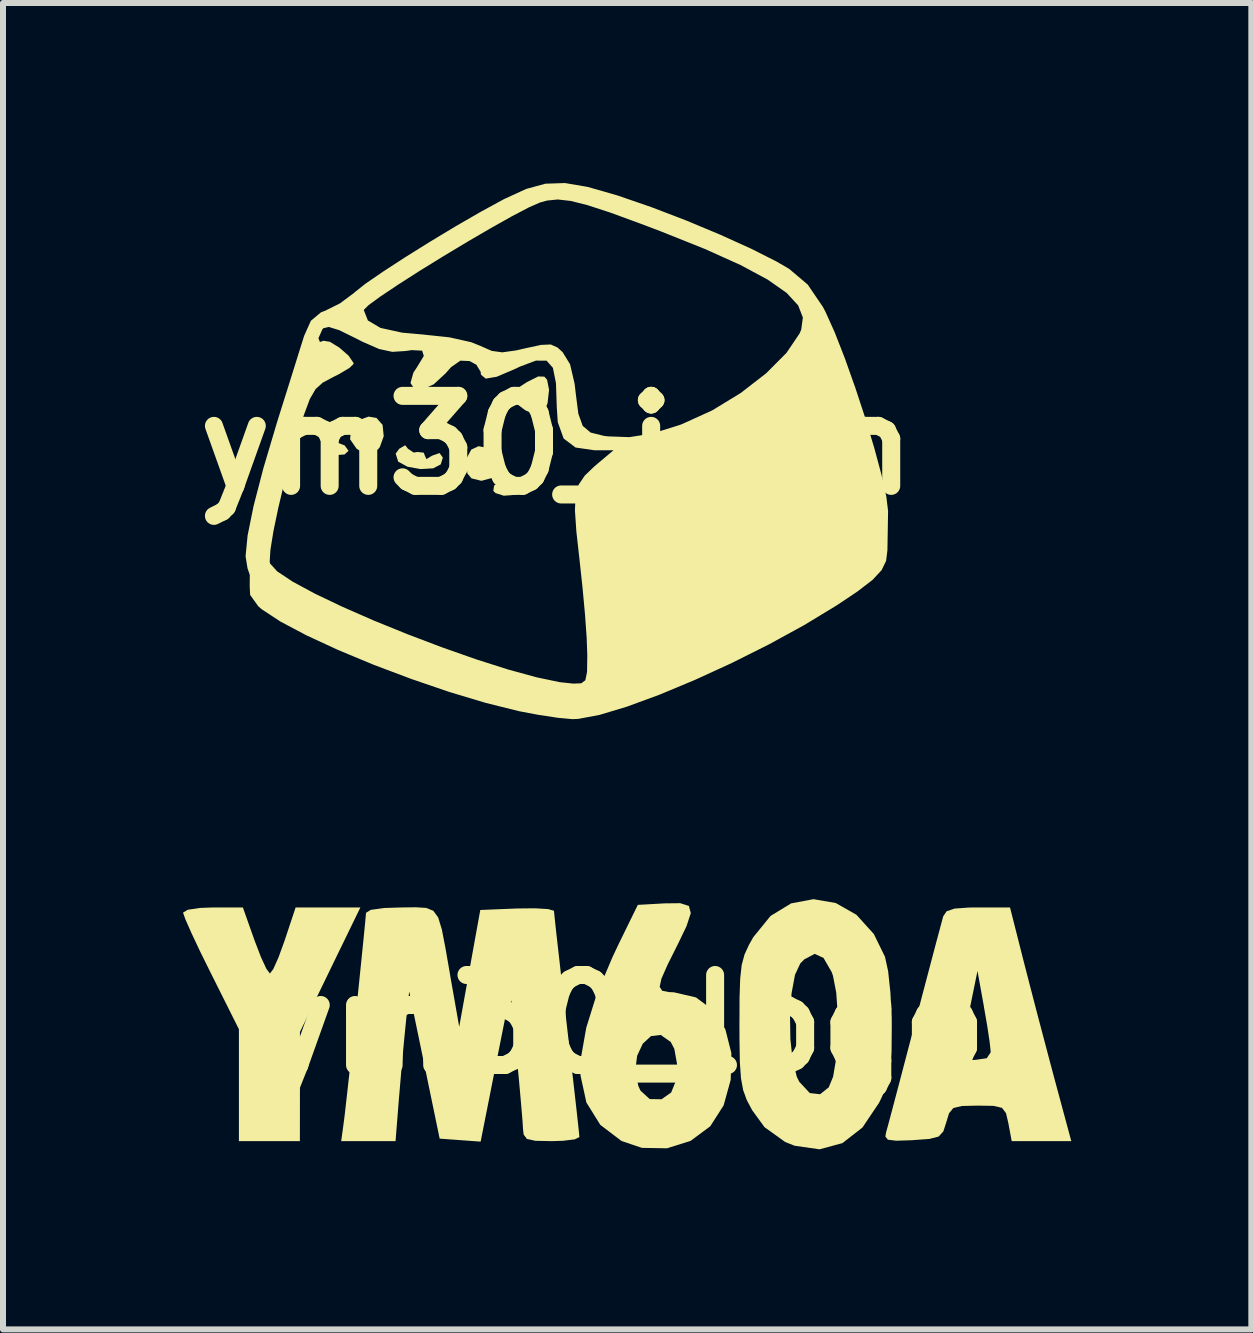
<source format=kicad_pcb>
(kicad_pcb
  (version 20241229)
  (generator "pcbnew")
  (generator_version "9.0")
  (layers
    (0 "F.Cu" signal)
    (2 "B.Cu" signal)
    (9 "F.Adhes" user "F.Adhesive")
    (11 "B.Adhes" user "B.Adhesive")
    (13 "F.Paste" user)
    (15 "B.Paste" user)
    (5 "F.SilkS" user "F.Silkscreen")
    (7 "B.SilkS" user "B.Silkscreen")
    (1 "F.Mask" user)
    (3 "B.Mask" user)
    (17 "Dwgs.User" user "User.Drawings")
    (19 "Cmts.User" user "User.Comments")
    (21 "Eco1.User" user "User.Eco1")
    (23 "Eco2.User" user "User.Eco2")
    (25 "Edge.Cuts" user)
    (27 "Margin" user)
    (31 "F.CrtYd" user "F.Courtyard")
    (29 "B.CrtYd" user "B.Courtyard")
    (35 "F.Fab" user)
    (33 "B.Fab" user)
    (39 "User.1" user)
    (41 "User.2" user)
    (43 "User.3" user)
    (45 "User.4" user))
  (footprint "ym30_icon"
    (layer "F.Cu")
    (at 6.229 4.368)
    (property "Reference" "ym30_icon" (at 0 0 0) (layer "F.SilkS") (effects (font (size 1.5 1.5) (thickness 0.3))))
    (attr board_only exclude_from_pos_files exclude_from_bom)
    (fp_poly (pts (xy -3.536 0.004) (xy -3.471 0.094) (xy -3.538 0.155) (xy -3.68 0.165) (xy -3.815 0.124) (xy -3.849 0.091) (xy -3.84 -0.019) (xy -3.819 -0.037) (xy -3.682 -0.052)) (stroke (width 0) (type solid)) (fill yes) (layer "F.SilkS"))
    (fp_poly (pts (xy -1.1 0.058) (xy -0.976 0.212) (xy -0.972 0.419) (xy -1.082 0.547) (xy -1.257 0.594) (xy -1.423 0.553) (xy -1.491 0.471) (xy -1.517 0.244) (xy -1.427 0.074) (xy -1.304 0.017)) (stroke (width 0) (type solid)) (fill yes) (layer "F.SilkS"))
    (fp_poly (pts (xy -0.795 0.618) (xy -0.766 0.632) (xy -0.682 0.74) (xy -0.677 0.767) (xy -0.743 0.832) (xy -0.886 0.842) (xy -1.022 0.798) (xy -1.059 0.761) (xy -1.045 0.671) (xy -0.933 0.613)) (stroke (width 0) (type solid)) (fill yes) (layer "F.SilkS"))
    (fp_poly (pts (xy -3.006 -0.454) (xy -2.904 -0.338) (xy -2.885 -0.149) (xy -2.951 0.034) (xy -2.98 0.068) (xy -3.1 0.157) (xy -3.221 0.135) (xy -3.339 0.057) (xy -3.446 -0.099) (xy -3.427 -0.272) (xy -3.314 -0.413) (xy -3.137 -0.476)) (stroke (width 0) (type solid)) (fill yes) (layer "F.SilkS"))
    (fp_poly (pts (xy -0.209 -1.142) (xy -0.163 -1.091) (xy -0.13 -0.923) (xy -0.155 -0.7) (xy -0.225 -0.522) (xy -0.244 -0.499) (xy -0.345 -0.502) (xy -0.518 -0.578) (xy -0.529 -0.584) (xy -0.713 -0.722) (xy -0.739 -0.847) (xy -0.604 -0.983) (xy -0.498 -1.051) (xy -0.312 -1.145)) (stroke (width 0) (type solid)) (fill yes) (layer "F.SilkS"))
    (fp_poly (pts (xy -2.482 0.059) (xy -2.385 0.123) (xy -2.323 0.113) (xy -2.218 0.125) (xy -2.201 0.171) (xy -2.173 0.232) (xy -2.082 0.176) (xy -1.955 0.131) (xy -1.9 0.207) (xy -1.935 0.32) (xy -2.061 0.386) (xy -2.271 0.398) (xy -2.489 0.359) (xy -2.641 0.276) (xy -2.645 0.272) (xy -2.686 0.141) (xy -2.627 0.06) (xy -2.527 0.001)) (stroke (width 0) (type solid)) (fill yes) (layer "F.SilkS"))
    (fp_poly (pts (xy 0.516 -4.303) (xy 1 -4.164) (xy 1.031 -4.154) (xy 1.576 -3.966) (xy 2.153 -3.745) (xy 2.72 -3.508) (xy 3.237 -3.274) (xy 3.661 -3.06) (xy 3.872 -2.937) (xy 4.18 -2.676) (xy 4.433 -2.304) (xy 4.476 -2.222) (xy 4.63 -1.88) (xy 4.799 -1.447) (xy 4.973 -0.957) (xy 5.141 -0.446) (xy 5.29 0.05) (xy 5.41 0.496) (xy 5.49 0.857) (xy 5.519 1.097) (xy 5.519 1.101) (xy 5.514 1.408) (xy 5.509 1.694) (xy 5.508 1.751) (xy 5.486 1.928) (xy 5.411 2.083) (xy 5.26 2.245) (xy 5.009 2.438) (xy 4.657 2.673) (xy 4.123 2.997) (xy 3.535 3.319) (xy 2.918 3.628) (xy 2.299 3.912) (xy 1.707 4.159) (xy 1.168 4.357) (xy 0.709 4.495) (xy 0.357 4.561) (xy 0.26 4.565) (xy 0.019 4.543) (xy -0.311 4.493) (xy -0.628 4.433) (xy -1.183 4.295) (xy -1.793 4.112) (xy -2.427 3.895) (xy -3.056 3.658) (xy -3.649 3.411) (xy -4.176 3.167) (xy -4.608 2.938) (xy -4.915 2.736) (xy -4.975 2.685) (xy -5.111 2.495) (xy -5.118 2.358) (xy -5.117 2.161) (xy -5.155 2.05) (xy -5.173 1.938) (xy -4.785 1.938) (xy -4.779 1.972) (xy -4.66 2.103) (xy -4.403 2.274) (xy -4.034 2.473) (xy -3.576 2.692) (xy -3.053 2.921) (xy -2.492 3.149) (xy -1.915 3.368) (xy -1.349 3.567) (xy -0.816 3.737) (xy -0.342 3.867) (xy 0.048 3.949) (xy 0.275 3.973) (xy 0.406 3.968) (xy 0.475 3.917) (xy 0.503 3.779) (xy 0.507 3.514) (xy 0.507 3.493) (xy 0.497 3.214) (xy 0.469 2.822) (xy 0.427 2.367) (xy 0.379 1.923) (xy 0.325 1.438) (xy 0.301 1.087) (xy 0.312 0.837) (xy 0.365 0.655) (xy 0.466 0.506) (xy 0.621 0.357) (xy 0.682 0.305) (xy 0.944 0.085) (xy 0.627 0.085) (xy 0.311 0.039) (xy 0.113 -0.111) (xy 0.015 -0.384) (xy -0.001 -0.627) (xy -0.015 -1.034) (xy -0.066 -1.289) (xy -0.171 -1.408) (xy -0.349 -1.409) (xy -0.618 -1.308) (xy -0.697 -1.27) (xy -1.002 -1.14) (xy -1.186 -1.109) (xy -1.265 -1.175) (xy -1.27 -1.222) (xy -1.341 -1.34) (xy -1.454 -1.402) (xy -1.608 -1.408) (xy -1.762 -1.301) (xy -1.856 -1.195) (xy -2.053 -1.013) (xy -2.238 -0.931) (xy -2.377 -0.941) (xy -2.439 -1.036) (xy -2.391 -1.208) (xy -2.326 -1.307) (xy -2.217 -1.487) (xy -2.245 -1.575) (xy -2.417 -1.584) (xy -2.523 -1.569) (xy -2.742 -1.555) (xy -2.961 -1.602) (xy -3.242 -1.725) (xy -3.341 -1.776) (xy -3.626 -1.916) (xy -3.8 -1.97) (xy -3.892 -1.948) (xy -3.908 -1.929) (xy -3.973 -1.782) (xy -3.948 -1.719) (xy -3.888 -1.74) (xy -3.781 -1.722) (xy -3.622 -1.624) (xy -3.471 -1.492) (xy -3.389 -1.372) (xy -3.387 -1.354) (xy -3.456 -1.287) (xy -3.631 -1.183) (xy -3.727 -1.135) (xy -3.9 -1.043) (xy -4.02 -0.935) (xy -4.116 -0.77) (xy -4.214 -0.506) (xy -4.28 -0.305) (xy -4.412 0.138) (xy -4.535 0.597) (xy -4.641 1.041) (xy -4.723 1.434) (xy -4.773 1.745) (xy -4.785 1.938) (xy -5.173 1.938) (xy -5.187 1.851) (xy -5.153 1.504) (xy -5.054 1.015) (xy -4.892 0.39) (xy -4.668 -0.364) (xy -4.65 -0.423) (xy -4.514 -0.855) (xy -4.387 -1.26) (xy -4.283 -1.594) (xy -4.214 -1.813) (xy -4.212 -1.82) (xy -4.098 -2.074) (xy -3.931 -2.213) (xy -3.852 -2.244) (xy -3.839 -2.251) (xy -3.217 -2.251) (xy -3.149 -2.078) (xy -2.939 -1.954) (xy -2.579 -1.875) (xy -2.244 -1.845) (xy -1.79 -1.797) (xy -1.428 -1.716) (xy -1.276 -1.655) (xy -1.085 -1.571) (xy -0.91 -1.547) (xy -0.679 -1.579) (xy -0.531 -1.613) (xy -0.263 -1.671) (xy -0.102 -1.678) (xy 0.01 -1.628) (xy 0.096 -1.55) (xy 0.22 -1.348) (xy 0.296 -1.023) (xy 0.315 -0.859) (xy 0.358 -0.524) (xy 0.431 -0.321) (xy 0.563 -0.21) (xy 0.781 -0.156) (xy 0.847 -0.147) (xy 1.208 -0.134) (xy 1.587 -0.193) (xy 2.042 -0.335) (xy 2.094 -0.355) (xy 2.587 -0.579) (xy 3.063 -0.869) (xy 3.488 -1.198) (xy 3.826 -1.538) (xy 4.045 -1.862) (xy 4.072 -1.926) (xy 4.099 -2.127) (xy 4.021 -2.329) (xy 3.828 -2.538) (xy 3.511 -2.76) (xy 3.06 -3.002) (xy 2.467 -3.269) (xy 1.722 -3.567) (xy 1.397 -3.69) (xy 0.892 -3.875) (xy 0.512 -3.999) (xy 0.23 -4.07) (xy 0.014 -4.094) (xy -0.164 -4.076) (xy -0.283 -4.043) (xy -0.469 -3.961) (xy -0.751 -3.813) (xy -1.1 -3.617) (xy -1.491 -3.389) (xy -1.897 -3.145) (xy -2.292 -2.901) (xy -2.648 -2.673) (xy -2.938 -2.479) (xy -3.137 -2.334) (xy -3.217 -2.254) (xy -3.217 -2.251) (xy -3.839 -2.251) (xy -3.614 -2.363) (xy -3.378 -2.538) (xy -3.363 -2.553) (xy -3.19 -2.69) (xy -2.902 -2.888) (xy -2.533 -3.128) (xy -2.115 -3.389) (xy -1.682 -3.65) (xy -1.266 -3.89) (xy -0.901 -4.089) (xy -0.87 -4.105) (xy -0.51 -4.27) (xy -0.191 -4.357) (xy 0.135 -4.368)) (stroke (width 0) (type solid)) (fill yes) (layer "F.SilkS")))
  (footprint "ym30_logo"
    (layer "F.Cu")
    (at 7.366 14.018)
    (property "Reference" "ym30_logo" (at 0 0 0) (layer "F.SilkS") (effects (font (size 1.5 1.5) (thickness 0.3))))
    (attr board_only exclude_from_pos_files exclude_from_bom)
    (fp_poly (pts (xy -6.174 -1.397) (xy -6.069 -1.123) (xy -5.978 -0.926) (xy -5.919 -0.847) (xy -5.918 -0.847) (xy -5.862 -0.921) (xy -5.775 -1.115) (xy -5.676 -1.388) (xy -5.673 -1.397) (xy -5.49 -1.947) (xy -4.95 -1.947) (xy -4.411 -1.947) (xy -4.915 -0.91) (xy -5.418 0.127) (xy -5.418 1.037) (xy -5.419 1.947) (xy -5.927 1.947) (xy -6.435 1.947) (xy -6.435 1.015) (xy -6.435 0.082) (xy -6.9 -0.847) (xy -7.08 -1.211) (xy -7.227 -1.523) (xy -7.327 -1.75) (xy -7.366 -1.86) (xy -7.366 -1.861) (xy -7.289 -1.908) (xy -7.085 -1.939) (xy -6.867 -1.947) (xy -6.369 -1.947)) (stroke (width 0) (type solid)) (fill yes) (layer "F.SilkS"))
    (fp_poly (pts (xy 1.063 -1.972) (xy 1.095 -1.853) (xy 1.023 -1.634) (xy 0.885 -1.347) (xy 0.707 -0.991) (xy 0.605 -0.759) (xy 0.576 -0.624) (xy 0.618 -0.559) (xy 0.729 -0.537) (xy 0.815 -0.533) (xy 1.181 -0.448) (xy 1.47 -0.233) (xy 1.671 0.085) (xy 1.771 0.48) (xy 1.76 0.924) (xy 1.642 1.351) (xy 1.419 1.699) (xy 1.092 1.942) (xy 0.699 2.066) (xy 0.28 2.059) (xy -0.059 1.945) (xy -0.413 1.676) (xy -0.645 1.303) (xy -0.744 0.848) (xy -0.742 0.771) (xy 0.17 0.771) (xy 0.221 1.029) (xy 0.257 1.106) (xy 0.41 1.246) (xy 0.607 1.249) (xy 0.768 1.136) (xy 0.849 0.935) (xy 0.866 0.664) (xy 0.82 0.408) (xy 0.76 0.294) (xy 0.593 0.177) (xy 0.431 0.197) (xy 0.294 0.324) (xy 0.2 0.526) (xy 0.17 0.771) (xy -0.742 0.771) (xy -0.737 0.564) (xy -0.647 0.056) (xy -0.476 -0.492) (xy -0.211 -1.118) (xy -0.099 -1.355) (xy 0.212 -1.99) (xy 0.656 -2.015) (xy 0.92 -2.018)) (stroke (width 0) (type solid)) (fill yes) (layer "F.SilkS"))
    (fp_poly (pts (xy 3.51 -2.021) (xy 3.855 -1.825) (xy 4.145 -1.504) (xy 4.331 -1.124) (xy 4.383 -0.885) (xy 4.421 -0.529) (xy 4.441 -0.111) (xy 4.442 0.042) (xy 4.437 0.458) (xy 4.414 0.756) (xy 4.366 0.986) (xy 4.284 1.2) (xy 4.232 1.308) (xy 3.955 1.72) (xy 3.621 1.98) (xy 3.241 2.083) (xy 2.826 2.024) (xy 2.667 1.961) (xy 2.323 1.714) (xy 2.117 1.431) (xy 2.027 1.261) (xy 1.967 1.096) (xy 1.931 0.899) (xy 1.912 0.63) (xy 1.906 0.251) (xy 1.905 0) (xy 1.906 -0.145) (xy 2.748 -0.145) (xy 2.754 0.245) (xy 2.792 0.602) (xy 2.862 0.877) (xy 2.903 0.959) (xy 3.078 1.146) (xy 3.249 1.165) (xy 3.393 1.051) (xy 3.466 0.874) (xy 3.516 0.578) (xy 3.543 0.213) (xy 3.543 -0.173) (xy 3.518 -0.53) (xy 3.464 -0.809) (xy 3.443 -0.869) (xy 3.307 -1.105) (xy 3.16 -1.174) (xy 2.986 -1.082) (xy 2.919 -1.014) (xy 2.831 -0.825) (xy 2.774 -0.518) (xy 2.748 -0.145) (xy 1.906 -0.145) (xy 1.907 -0.447) (xy 1.918 -0.764) (xy 1.943 -0.99) (xy 1.99 -1.163) (xy 2.064 -1.324) (xy 2.137 -1.453) (xy 2.424 -1.806) (xy 2.767 -2.015) (xy 3.139 -2.085)) (stroke (width 0) (type solid)) (fill yes) (layer "F.SilkS"))
    (fp_poly (pts (xy 6.634 -1.079) (xy 6.748 -0.636) (xy 6.887 -0.102) (xy 7.033 0.45) (xy 7.144 0.868) (xy 7.435 1.947) (xy 6.939 1.947) (xy 6.442 1.947) (xy 6.387 1.651) (xy 6.347 1.48) (xy 6.28 1.392) (xy 6.138 1.359) (xy 5.877 1.355) (xy 5.613 1.361) (xy 5.47 1.395) (xy 5.397 1.484) (xy 5.353 1.63) (xy 5.303 1.785) (xy 5.225 1.87) (xy 5.072 1.91) (xy 4.798 1.93) (xy 4.793 1.931) (xy 4.519 1.94) (xy 4.379 1.923) (xy 4.337 1.87) (xy 4.348 1.804) (xy 4.383 1.677) (xy 4.453 1.415) (xy 4.551 1.044) (xy 4.67 0.591) (xy 4.699 0.48) (xy 5.611 0.48) (xy 5.628 0.564) (xy 5.684 0.592) (xy 5.78 0.594) (xy 5.835 0.593) (xy 6.027 0.565) (xy 6.09 0.47) (xy 6.091 0.445) (xy 6.074 0.29) (xy 6.034 0.025) (xy 5.979 -0.292) (xy 5.979 -0.296) (xy 5.872 -0.889) (xy 5.768 -0.381) (xy 5.683 0.035) (xy 5.629 0.313) (xy 5.611 0.48) (xy 4.699 0.48) (xy 4.803 0.085) (xy 4.825 0) (xy 4.959 -0.512) (xy 5.081 -0.974) (xy 5.183 -1.36) (xy 5.258 -1.64) (xy 5.298 -1.789) (xy 5.301 -1.799) (xy 5.357 -1.883) (xy 5.489 -1.928) (xy 5.734 -1.946) (xy 5.88 -1.947) (xy 6.414 -1.947)) (stroke (width 0) (type solid)) (fill yes) (layer "F.SilkS"))
    (fp_poly (pts (xy -3.312 -1.939) (xy -3.195 -1.891) (xy -3.114 -1.779) (xy -3.053 -1.578) (xy -2.992 -1.263) (xy -2.913 -0.808) (xy -2.913 -0.804) (xy -2.764 0.042) (xy -2.589 -0.931) (xy -2.413 -1.905) (xy -1.799 -1.93) (xy -1.501 -1.933) (xy -1.283 -1.92) (xy -1.186 -1.892) (xy -1.185 -1.888) (xy -1.175 -1.787) (xy -1.149 -1.544) (xy -1.108 -1.183) (xy -1.057 -0.731) (xy -0.997 -0.212) (xy -0.973 -0.004) (xy -0.911 0.533) (xy -0.856 1.014) (xy -0.811 1.412) (xy -0.779 1.703) (xy -0.763 1.86) (xy -0.762 1.88) (xy -0.839 1.917) (xy -1.036 1.941) (xy -1.228 1.947) (xy -1.496 1.941) (xy -1.636 1.91) (xy -1.69 1.838) (xy -1.7 1.757) (xy -1.71 1.601) (xy -1.734 1.317) (xy -1.767 0.945) (xy -1.807 0.523) (xy -1.808 0.508) (xy -1.91 -0.55) (xy -2.159 0.702) (xy -2.407 1.955) (xy -2.749 1.93) (xy -3.09 1.905) (xy -3.344 0.678) (xy -3.598 -0.548) (xy -3.652 -0.041) (xy -3.685 0.293) (xy -3.724 0.715) (xy -3.76 1.14) (xy -3.766 1.206) (xy -3.825 1.947) (xy -4.278 1.947) (xy -4.731 1.947) (xy -4.693 1.672) (xy -4.67 1.492) (xy -4.636 1.19) (xy -4.592 0.797) (xy -4.543 0.344) (xy -4.492 -0.135) (xy -4.441 -0.611) (xy -4.396 -1.051) (xy -4.358 -1.425) (xy -4.331 -1.7) (xy -4.318 -1.846) (xy -4.318 -1.857) (xy -4.238 -1.907) (xy -4.014 -1.938) (xy -3.731 -1.947) (xy -3.485 -1.95)) (stroke (width 0) (type solid)) (fill yes) (layer "F.SilkS")))
  (gr_rect
    (start -3 -3)
    (end 17.801 19.102)
    (stroke (width 0.1) (type default))
    (fill no)
    (layer "Edge.Cuts")))
</source>
